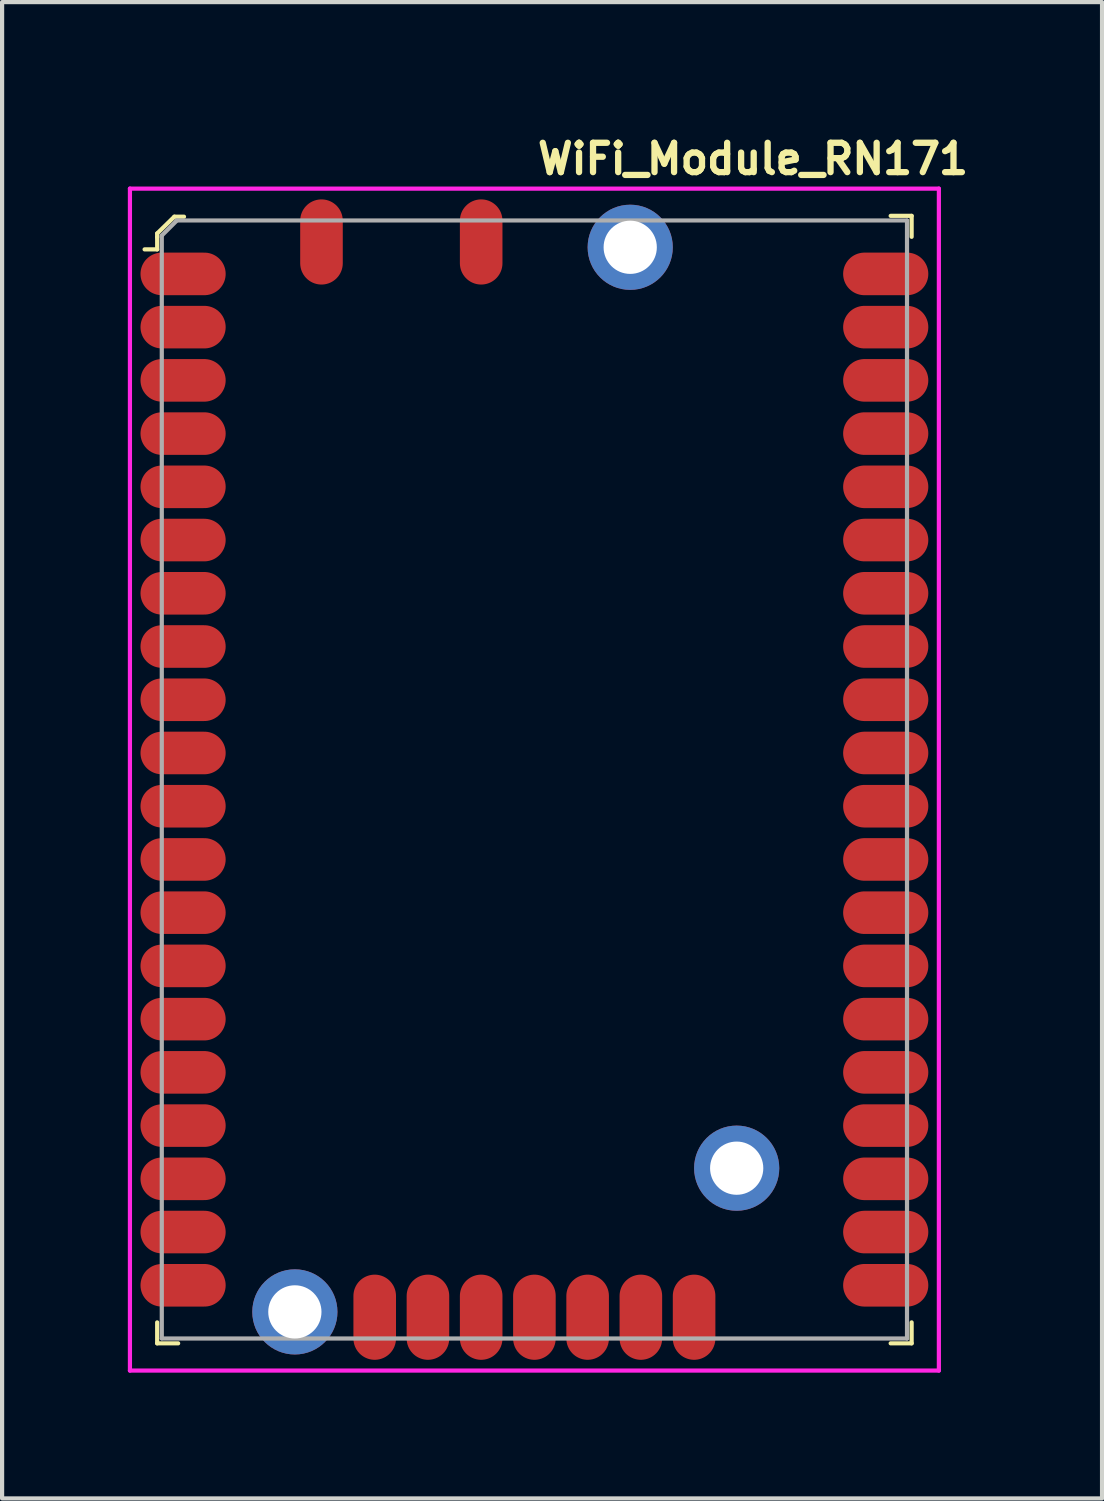
<source format=kicad_pcb>
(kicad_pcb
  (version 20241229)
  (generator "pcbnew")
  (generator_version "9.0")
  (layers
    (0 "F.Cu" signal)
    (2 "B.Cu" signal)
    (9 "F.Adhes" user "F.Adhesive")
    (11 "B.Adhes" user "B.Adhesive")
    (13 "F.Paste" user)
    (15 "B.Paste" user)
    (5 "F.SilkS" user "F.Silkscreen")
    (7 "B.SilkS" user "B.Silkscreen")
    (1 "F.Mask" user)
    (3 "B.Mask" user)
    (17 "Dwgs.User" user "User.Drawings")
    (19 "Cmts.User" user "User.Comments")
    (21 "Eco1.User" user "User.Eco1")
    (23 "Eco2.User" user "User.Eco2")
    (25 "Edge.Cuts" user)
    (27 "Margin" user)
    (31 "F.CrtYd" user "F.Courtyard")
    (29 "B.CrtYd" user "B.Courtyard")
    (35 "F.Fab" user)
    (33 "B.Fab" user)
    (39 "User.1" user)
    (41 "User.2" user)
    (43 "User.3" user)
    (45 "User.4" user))
  (footprint "WiFi_Module_RN171"
    (layer "F.Cu")
    (at 9.7 15.55)
    (property "Reference" "WiFi_Module_RN171" (at 0 -14.4 0) (layer "F.SilkS") (effects (font (size 0.7 0.7) (thickness 0.15)) (justify left bottom)))
    (attr smd)
    (fp_line (start -9 -13.03) (end -9 -12.94) (stroke (width 0.1) (type solid)) (layer "F.SilkS"))
    (fp_line (start -9 -12.95) (end -9 -12.65) (stroke (width 0.1) (type solid)) (layer "F.SilkS"))
    (fp_line (start -9 -12.65) (end -9.3 -12.65) (stroke (width 0.1) (type solid)) (layer "F.SilkS"))
    (fp_line (start -9 13.45) (end -9 12.95) (stroke (width 0.1) (type solid)) (layer "F.SilkS"))
    (fp_line (start -9 13.45) (end -8.5 13.45) (stroke (width 0.1) (type solid)) (layer "F.SilkS"))
    (fp_line (start -8.59 -13.43) (end -9 -13.03) (stroke (width 0.1) (type solid)) (layer "F.SilkS"))
    (fp_line (start -8.36 -13.43) (end -8.59 -13.43) (stroke (width 0.1) (type solid)) (layer "F.SilkS"))
    (fp_line (start 8.5 13.45) (end 9 13.45) (stroke (width 0.1) (type solid)) (layer "F.SilkS"))
    (fp_line (start 9 -13.45) (end 8.5 -13.45) (stroke (width 0.1) (type solid)) (layer "F.SilkS"))
    (fp_line (start 9 -13.45) (end 9 -12.95) (stroke (width 0.1) (type solid)) (layer "F.SilkS"))
    (fp_line (start 9 13.45) (end 9 12.95) (stroke (width 0.1) (type solid)) (layer "F.SilkS"))
    (fp_line (start -9.65 -14.1) (end -9.65 14.1) (stroke (width 0.1) (type solid)) (layer "F.CrtYd"))
    (fp_line (start -9.65 -14.1) (end 9.65 -14.1) (stroke (width 0.1) (type solid)) (layer "F.CrtYd"))
    (fp_line (start -9.65 14.1) (end 9.65 14.1) (stroke (width 0.1) (type solid)) (layer "F.CrtYd"))
    (fp_line (start 9.65 -14.1) (end 9.65 14.1) (stroke (width 0.1) (type solid)) (layer "F.CrtYd"))
    (fp_line (start -8.89 -12.98) (end -8.89 13.33) (stroke (width 0.1) (type solid)) (layer "F.Fab"))
    (fp_line (start -8.89 -12.98) (end -8.54 -13.33) (stroke (width 0.1) (type solid)) (layer "F.Fab"))
    (fp_line (start -8.89 13.335) (end 8.89 13.335) (stroke (width 0.1) (type solid)) (layer "F.Fab"))
    (fp_line (start -8.54 -13.34) (end 8.89 -13.34) (stroke (width 0.1) (type solid)) (layer "F.Fab"))
    (fp_line (start 8.89 -13.335) (end 8.89 13.335) (stroke (width 0.1) (type solid)) (layer "F.Fab"))
    (pad "1" smd oval (at -8.382 -12.065) (size 2.032 1.016) (layers "F.Cu" "F.Mask" "F.Paste"))
    (pad "2" smd oval (at -8.382 -10.795) (size 2.032 1.016) (layers "F.Cu" "F.Mask" "F.Paste"))
    (pad "3" smd oval (at -8.382 -9.525) (size 2.032 1.016) (layers "F.Cu" "F.Mask" "F.Paste"))
    (pad "4" smd oval (at -8.382 -8.255) (size 2.032 1.016) (layers "F.Cu" "F.Mask" "F.Paste"))
    (pad "5" smd oval (at -8.382 -6.985) (size 2.032 1.016) (layers "F.Cu" "F.Mask" "F.Paste"))
    (pad "6" smd oval (at -8.382 -5.715) (size 2.032 1.016) (layers "F.Cu" "F.Mask" "F.Paste"))
    (pad "7" smd oval (at -8.382 -4.445) (size 2.032 1.016) (layers "F.Cu" "F.Mask" "F.Paste"))
    (pad "8" smd oval (at -8.382 -3.175) (size 2.032 1.016) (layers "F.Cu" "F.Mask" "F.Paste"))
    (pad "9" smd oval (at -8.382 -1.905) (size 2.032 1.016) (layers "F.Cu" "F.Mask" "F.Paste"))
    (pad "10" smd oval (at -8.382 -0.635) (size 2.032 1.016) (layers "F.Cu" "F.Mask" "F.Paste"))
    (pad "11" smd oval (at -8.382 0.635) (size 2.032 1.016) (layers "F.Cu" "F.Mask" "F.Paste"))
    (pad "12" smd oval (at -8.382 1.905) (size 2.032 1.016) (layers "F.Cu" "F.Mask" "F.Paste"))
    (pad "13" smd oval (at -8.382 3.175) (size 2.032 1.016) (layers "F.Cu" "F.Mask" "F.Paste"))
    (pad "14" smd oval (at -8.382 4.445) (size 2.032 1.016) (layers "F.Cu" "F.Mask" "F.Paste"))
    (pad "15" smd oval (at -8.382 5.715) (size 2.032 1.016) (layers "F.Cu" "F.Mask" "F.Paste"))
    (pad "16" smd oval (at -8.382 6.985) (size 2.032 1.016) (layers "F.Cu" "F.Mask" "F.Paste"))
    (pad "17" smd oval (at -8.382 8.255) (size 2.032 1.016) (layers "F.Cu" "F.Mask" "F.Paste"))
    (pad "18" smd oval (at -8.382 9.525) (size 2.032 1.016) (layers "F.Cu" "F.Mask" "F.Paste"))
    (pad "19" smd oval (at -8.382 10.795) (size 2.032 1.016) (layers "F.Cu" "F.Mask" "F.Paste"))
    (pad "20" smd oval (at -8.382 12.065) (size 2.032 1.016) (layers "F.Cu" "F.Mask" "F.Paste"))
    (pad "21" smd oval (at -3.81 12.827) (size 1.016 2.032) (layers "F.Cu" "F.Mask" "F.Paste"))
    (pad "22" smd oval (at -2.54 12.827) (size 1.016 2.032) (layers "F.Cu" "F.Mask" "F.Paste"))
    (pad "23" smd oval (at -1.27 12.827) (size 1.016 2.032) (layers "F.Cu" "F.Mask" "F.Paste"))
    (pad "24" smd oval (at 0 12.827) (size 1.016 2.032) (layers "F.Cu" "F.Mask" "F.Paste"))
    (pad "25" smd oval (at 1.27 12.827) (size 1.016 2.032) (layers "F.Cu" "F.Mask" "F.Paste"))
    (pad "26" smd oval (at 2.54 12.827) (size 1.016 2.032) (layers "F.Cu" "F.Mask" "F.Paste"))
    (pad "27" smd oval (at 3.81 12.827) (size 1.016 2.032) (layers "F.Cu" "F.Mask" "F.Paste"))
    (pad "28" smd oval (at 8.382 12.065) (size 2.032 1.016) (layers "F.Cu" "F.Mask" "F.Paste"))
    (pad "29" smd oval (at 8.382 10.795) (size 2.032 1.016) (layers "F.Cu" "F.Mask" "F.Paste"))
    (pad "30" smd oval (at 8.382 9.525) (size 2.032 1.016) (layers "F.Cu" "F.Mask" "F.Paste"))
    (pad "31" smd oval (at 8.382 8.255) (size 2.032 1.016) (layers "F.Cu" "F.Mask" "F.Paste"))
    (pad "32" smd oval (at 8.382 6.985) (size 2.032 1.016) (layers "F.Cu" "F.Mask" "F.Paste"))
    (pad "33" smd oval (at 8.382 5.715) (size 2.032 1.016) (layers "F.Cu" "F.Mask" "F.Paste"))
    (pad "34" smd oval (at 8.382 4.445) (size 2.032 1.016) (layers "F.Cu" "F.Mask" "F.Paste"))
    (pad "35" smd oval (at 8.382 3.175) (size 2.032 1.016) (layers "F.Cu" "F.Mask" "F.Paste"))
    (pad "36" smd oval (at 8.382 1.905) (size 2.032 1.016) (layers "F.Cu" "F.Mask" "F.Paste"))
    (pad "37" smd oval (at 8.382 0.635) (size 2.032 1.016) (layers "F.Cu" "F.Mask" "F.Paste"))
    (pad "38" smd oval (at 8.382 -0.635) (size 2.032 1.016) (layers "F.Cu" "F.Mask" "F.Paste"))
    (pad "39" smd oval (at 8.382 -1.905) (size 2.032 1.016) (layers "F.Cu" "F.Mask" "F.Paste"))
    (pad "40" smd oval (at 8.382 -3.175) (size 2.032 1.016) (layers "F.Cu" "F.Mask" "F.Paste"))
    (pad "41" smd oval (at 8.382 -4.445) (size 2.032 1.016) (layers "F.Cu" "F.Mask" "F.Paste"))
    (pad "42" smd oval (at 8.382 -5.715) (size 2.032 1.016) (layers "F.Cu" "F.Mask" "F.Paste"))
    (pad "43" smd oval (at 8.382 -6.985) (size 2.032 1.016) (layers "F.Cu" "F.Mask" "F.Paste"))
    (pad "44" smd oval (at 8.382 -8.255) (size 2.032 1.016) (layers "F.Cu" "F.Mask" "F.Paste"))
    (pad "45" smd oval (at 8.382 -9.525) (size 2.032 1.016) (layers "F.Cu" "F.Mask" "F.Paste"))
    (pad "46" smd oval (at 8.382 -10.795) (size 2.032 1.016) (layers "F.Cu" "F.Mask" "F.Paste"))
    (pad "47" smd oval (at 8.382 -12.065) (size 2.032 1.016) (layers "F.Cu" "F.Mask" "F.Paste"))
    (pad "48" smd oval (at -1.27 -12.827) (size 1.016 2.032) (layers "F.Cu" "F.Mask" "F.Paste"))
    (pad "49" smd oval (at -5.08 -12.827) (size 1.016 2.032) (layers "F.Cu" "F.Mask" "F.Paste"))
    (pad "50" thru_hole circle (at -5.715 12.7) (size 2.032 2.032) (drill 1.27) (layers "*.Cu" "*.Mask"))
    (pad "50" thru_hole circle (at 2.286 -12.7) (size 2.032 2.032) (drill 1.27) (layers "*.Cu" "*.Mask"))
    (pad "50" thru_hole circle (at 4.826 9.271) (size 2.032 2.032) (drill 1.27) (layers "*.Cu" "*.Mask")))
  (gr_rect
    (start -3 -3)
    (end 23.243 32.7)
    (stroke (width 0.1) (type default))
    (fill no)
    (layer "Edge.Cuts")))
</source>
